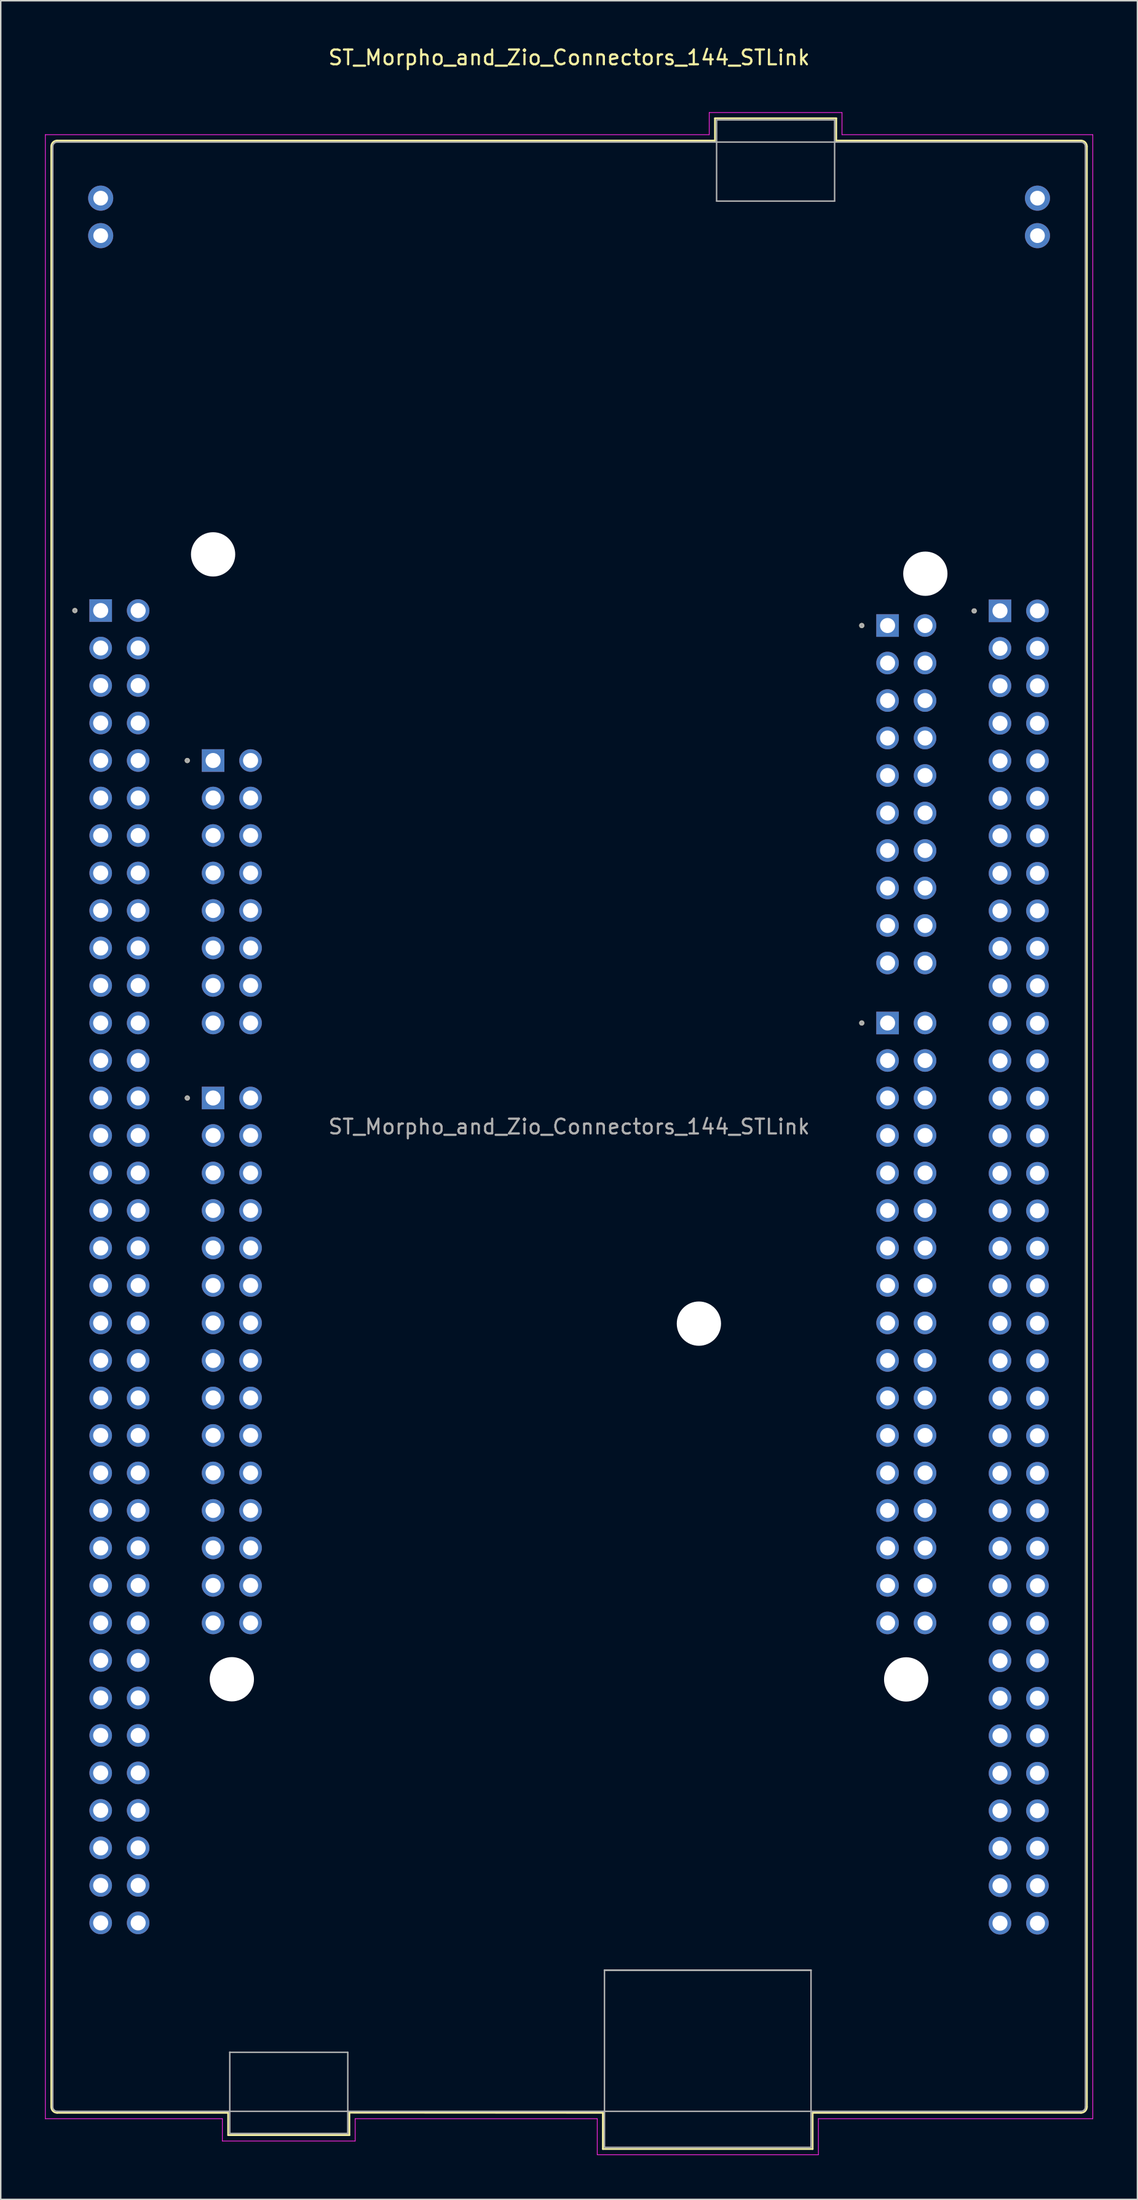
<source format=kicad_pcb>
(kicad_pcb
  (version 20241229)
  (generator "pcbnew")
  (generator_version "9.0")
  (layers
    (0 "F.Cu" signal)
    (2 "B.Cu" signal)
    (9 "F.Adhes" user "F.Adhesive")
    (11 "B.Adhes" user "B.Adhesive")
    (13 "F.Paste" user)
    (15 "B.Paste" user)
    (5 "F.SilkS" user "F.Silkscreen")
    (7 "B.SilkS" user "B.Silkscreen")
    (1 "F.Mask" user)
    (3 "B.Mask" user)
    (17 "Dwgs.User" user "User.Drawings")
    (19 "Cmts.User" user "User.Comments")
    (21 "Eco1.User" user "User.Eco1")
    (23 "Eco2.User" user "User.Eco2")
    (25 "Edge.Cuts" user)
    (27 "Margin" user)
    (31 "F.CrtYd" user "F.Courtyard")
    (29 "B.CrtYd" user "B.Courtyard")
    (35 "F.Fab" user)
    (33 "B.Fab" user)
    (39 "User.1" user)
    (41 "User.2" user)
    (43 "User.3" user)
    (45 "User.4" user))
  (footprint "ST_Morpho_and_Zio_Connectors_144_STLink"
    (layer "F.Cu")
    (at 3.775 38.313)
    (property "Reference" "ST_Morpho_and_Zio_Connectors_144_STLink" (at 31.75 -37.465 0) (layer "F.SilkS") (effects (font (size 1 1) (thickness 0.15))))
    (attr through_hole)
    (fp_line (start -3.35 -31.44) (end -3.35 101.36) (stroke (width 0.12) (type solid)) (layer "F.SilkS"))
    (fp_line (start 8.64 101.76) (end -2.95 101.76) (stroke (width 0.12) (type solid)) (layer "F.SilkS"))
    (fp_line (start 8.64 101.76) (end 8.64 103.27) (stroke (width 0.12) (type solid)) (layer "F.SilkS"))
    (fp_line (start 8.64 103.27) (end 16.86 103.27) (stroke (width 0.12) (type solid)) (layer "F.SilkS"))
    (fp_line (start 16.86 103.27) (end 16.86 101.75) (stroke (width 0.12) (type solid)) (layer "F.SilkS"))
    (fp_line (start 34.04 101.76) (end 16.86 101.75) (stroke (width 0.12) (type solid)) (layer "F.SilkS"))
    (fp_line (start 34.04 104.21) (end 34.04 101.76) (stroke (width 0.12) (type solid)) (layer "F.SilkS"))
    (fp_line (start 41.64 -33.35) (end 49.86 -33.35) (stroke (width 0.12) (type solid)) (layer "F.SilkS"))
    (fp_line (start 41.64 -31.84) (end -2.95 -31.84) (stroke (width 0.12) (type solid)) (layer "F.SilkS"))
    (fp_line (start 41.64 -31.84) (end 41.64 -33.35) (stroke (width 0.12) (type solid)) (layer "F.SilkS"))
    (fp_line (start 48.26 101.76) (end 48.26 104.21) (stroke (width 0.12) (type solid)) (layer "F.SilkS"))
    (fp_line (start 48.26 101.76) (end 66.45 101.76) (stroke (width 0.12) (type solid)) (layer "F.SilkS"))
    (fp_line (start 48.26 104.21) (end 34.04 104.21) (stroke (width 0.12) (type solid)) (layer "F.SilkS"))
    (fp_line (start 49.86 -33.35) (end 49.86 -31.84) (stroke (width 0.12) (type solid)) (layer "F.SilkS"))
    (fp_line (start 49.86 -31.84) (end 66.45 -31.84) (stroke (width 0.12) (type solid)) (layer "F.SilkS"))
    (fp_line (start 66.85 101.36) (end 66.85 -31.44) (stroke (width 0.12) (type solid)) (layer "F.SilkS"))
    (fp_arc (start -3.35 -31.44) (mid -3.232843 -31.722843) (end -2.95 -31.84) (stroke (width 0.12) (type solid)) (layer "F.SilkS"))
    (fp_arc (start -2.95 101.76) (mid -3.232843 101.642843) (end -3.35 101.36) (stroke (width 0.12) (type solid)) (layer "F.SilkS"))
    (fp_arc (start 66.45 -31.84) (mid 66.732843 -31.722843) (end 66.85 -31.44) (stroke (width 0.12) (type solid)) (layer "F.SilkS"))
    (fp_arc (start 66.85 101.36) (mid 66.732843 101.642843) (end 66.45 101.76) (stroke (width 0.12) (type solid)) (layer "F.SilkS"))
    (fp_circle (center -1.75 -0.005) (end -1.65 -0.005) (stroke (width 0.15) (type solid)) (fill no) (layer "F.SilkS"))
    (fp_circle (center 5.87 10.155) (end 5.97 10.155) (stroke (width 0.15) (type solid)) (fill no) (layer "F.SilkS"))
    (fp_circle (center 5.87 33.015) (end 5.97 33.015) (stroke (width 0.15) (type solid)) (fill no) (layer "F.SilkS"))
    (fp_circle (center 51.59 1.011) (end 51.69 1.011) (stroke (width 0.15) (type solid)) (fill no) (layer "F.SilkS"))
    (fp_circle (center 51.59 27.935) (end 51.69 27.935) (stroke (width 0.15) (type solid)) (fill no) (layer "F.SilkS"))
    (fp_circle (center 59.21 0.02) (end 59.31 0.02) (stroke (width 0.15) (type solid)) (fill no) (layer "F.SilkS"))
    (fp_line (start -3.75 -32.24) (end -3.75 102.16) (stroke (width 0.05) (type solid)) (layer "F.CrtYd"))
    (fp_line (start -3.75 102.16) (end 8.25 102.16) (stroke (width 0.05) (type solid)) (layer "F.CrtYd"))
    (fp_line (start 8.25 102.16) (end 8.25 103.67) (stroke (width 0.05) (type solid)) (layer "F.CrtYd"))
    (fp_line (start 8.25 103.67) (end 17.25 103.67) (stroke (width 0.05) (type solid)) (layer "F.CrtYd"))
    (fp_line (start 17.25 102.16) (end 17.25 103.67) (stroke (width 0.05) (type solid)) (layer "F.CrtYd"))
    (fp_line (start 17.25 102.16) (end 33.66 102.16) (stroke (width 0.05) (type solid)) (layer "F.CrtYd"))
    (fp_line (start 33.66 104.6) (end 33.66 102.16) (stroke (width 0.05) (type solid)) (layer "F.CrtYd"))
    (fp_line (start 33.66 104.6) (end 48.65 104.6) (stroke (width 0.05) (type solid)) (layer "F.CrtYd"))
    (fp_line (start 41.25 -33.74) (end 50.25 -33.74) (stroke (width 0.05) (type solid)) (layer "F.CrtYd"))
    (fp_line (start 41.25 -32.24) (end -3.75 -32.24) (stroke (width 0.05) (type solid)) (layer "F.CrtYd"))
    (fp_line (start 41.25 -32.24) (end 41.25 -33.74) (stroke (width 0.05) (type solid)) (layer "F.CrtYd"))
    (fp_line (start 48.65 102.16) (end 48.65 104.6) (stroke (width 0.05) (type solid)) (layer "F.CrtYd"))
    (fp_line (start 50.25 -32.24) (end 50.25 -33.74) (stroke (width 0.05) (type solid)) (layer "F.CrtYd"))
    (fp_line (start 50.25 -32.24) (end 67.25 -32.24) (stroke (width 0.05) (type solid)) (layer "F.CrtYd"))
    (fp_line (start 67.25 102.16) (end 48.65 102.16) (stroke (width 0.05) (type solid)) (layer "F.CrtYd"))
    (fp_line (start 67.25 102.16) (end 67.25 -32.24) (stroke (width 0.05) (type solid)) (layer "F.CrtYd"))
    (fp_line (start -3.25 101.36) (end -3.25 -31.44) (stroke (width 0.1) (type solid)) (layer "F.Fab"))
    (fp_line (start 8.75 97.66) (end 16.75 97.66) (stroke (width 0.1) (type solid)) (layer "F.Fab"))
    (fp_line (start 8.75 103.16) (end 8.75 97.65) (stroke (width 0.1) (type solid)) (layer "F.Fab"))
    (fp_line (start 8.75 103.16) (end 16.75 103.16) (stroke (width 0.1) (type solid)) (layer "F.Fab"))
    (fp_line (start 16.75 97.66) (end 16.75 103.16) (stroke (width 0.1) (type solid)) (layer "F.Fab"))
    (fp_line (start 34.15 92.1) (end 48.15 92.1) (stroke (width 0.12) (type solid)) (layer "F.Fab"))
    (fp_line (start 34.15 104.1) (end 34.15 92.1) (stroke (width 0.1) (type solid)) (layer "F.Fab"))
    (fp_line (start 34.15 104.1) (end 48.15 104.1) (stroke (width 0.1) (type solid)) (layer "F.Fab"))
    (fp_line (start 41.75 -33.24) (end 49.75 -33.24) (stroke (width 0.1) (type solid)) (layer "F.Fab"))
    (fp_line (start 41.75 -27.74) (end 41.75 -33.24) (stroke (width 0.1) (type solid)) (layer "F.Fab"))
    (fp_line (start 41.75 -27.74) (end 49.75 -27.74) (stroke (width 0.1) (type solid)) (layer "F.Fab"))
    (fp_line (start 48.15 104.1) (end 48.15 92.1) (stroke (width 0.1) (type solid)) (layer "F.Fab"))
    (fp_line (start 49.75 -33.24) (end 49.75 -27.74) (stroke (width 0.1) (type solid)) (layer "F.Fab"))
    (fp_line (start 66.45 -31.74) (end -2.95 -31.74) (stroke (width 0.1) (type solid)) (layer "F.Fab"))
    (fp_line (start 66.45 101.66) (end -2.95 101.66) (stroke (width 0.1) (type solid)) (layer "F.Fab"))
    (fp_line (start 66.75 101.36) (end 66.75 -31.44) (stroke (width 0.1) (type solid)) (layer "F.Fab"))
    (fp_arc (start -3.25 -31.44) (mid -3.162132 -31.652132) (end -2.95 -31.74) (stroke (width 0.1) (type solid)) (layer "F.Fab"))
    (fp_arc (start -2.95 101.66) (mid -3.162132 101.572132) (end -3.25 101.36) (stroke (width 0.1) (type solid)) (layer "F.Fab"))
    (fp_arc (start 66.45 -31.74) (mid 66.662132 -31.652132) (end 66.75 -31.44) (stroke (width 0.1) (type solid)) (layer "F.Fab"))
    (fp_arc (start 66.75 101.36) (mid 66.662132 101.572132) (end 66.45 101.66) (stroke (width 0.1) (type solid)) (layer "F.Fab"))
    (fp_circle (center -1.75 -0.005) (end -1.65 -0.005) (stroke (width 0.15) (type solid)) (fill no) (layer "F.Fab"))
    (fp_circle (center 5.87 10.155) (end 5.97 10.155) (stroke (width 0.15) (type solid)) (fill no) (layer "F.Fab"))
    (fp_circle (center 5.87 33.015) (end 5.97 33.015) (stroke (width 0.15) (type solid)) (fill no) (layer "F.Fab"))
    (fp_circle (center 51.59 1.011) (end 51.69 1.011) (stroke (width 0.15) (type solid)) (fill no) (layer "F.Fab"))
    (fp_circle (center 51.59 27.935) (end 51.69 27.935) (stroke (width 0.15) (type solid)) (fill no) (layer "F.Fab"))
    (fp_circle (center 59.21 0.02) (end 59.31 0.02) (stroke (width 0.15) (type solid)) (fill no) (layer "F.Fab"))
    (fp_text user "${REFERENCE}" (at 31.75 34.96 0) (layer "F.Fab") (effects (font (size 1 1) (thickness 0.15))))
    (pad "" np_thru_hole circle (at 7.62 -3.81) (size 3 3) (drill 3) (layers "*.Cu" "*.Mask"))
    (pad "" np_thru_hole circle (at 8.89 72.39) (size 3 3) (drill 3) (layers "*.Cu" "*.Mask"))
    (pad "" np_thru_hole circle (at 40.55 48.3) (size 3 3) (drill 3) (layers "*.Cu" "*.Mask"))
    (pad "" np_thru_hole circle (at 54.6 72.4) (size 3 3) (drill 3) (layers "*.Cu" "*.Mask"))
    (pad "" np_thru_hole circle (at 55.9 -2.5) (size 3 3) (drill 3) (layers "*.Cu" "*.Mask"))
    (pad "CN2_1" thru_hole circle (at 0 -27.94) (size 1.7 1.7) (drill 1) (layers "*.Cu" "*.Mask"))
    (pad "CN2_2" thru_hole circle (at 0 -25.4) (size 1.7 1.7) (drill 1) (layers "*.Cu" "*.Mask"))
    (pad "CN3_1" thru_hole circle (at 63.5 -27.94) (size 1.7 1.7) (drill 1) (layers "*.Cu" "*.Mask"))
    (pad "CN3_2" thru_hole circle (at 63.5 -25.4) (size 1.7 1.7) (drill 1) (layers "*.Cu" "*.Mask"))
    (pad "CN7_1" thru_hole rect (at 53.34 1.011) (size 1.53 1.53) (drill 1.02) (layers "*.Cu" "*.Mask"))
    (pad "CN7_2" thru_hole circle (at 55.88 1.011) (size 1.53 1.53) (drill 1.02) (layers "*.Cu" "*.Mask"))
    (pad "CN7_3" thru_hole circle (at 53.34 3.551) (size 1.53 1.53) (drill 1.02) (layers "*.Cu" "*.Mask"))
    (pad "CN7_4" thru_hole circle (at 55.88 3.551) (size 1.53 1.53) (drill 1.02) (layers "*.Cu" "*.Mask"))
    (pad "CN7_5" thru_hole circle (at 53.34 6.091) (size 1.53 1.53) (drill 1.02) (layers "*.Cu" "*.Mask"))
    (pad "CN7_6" thru_hole circle (at 55.88 6.091) (size 1.53 1.53) (drill 1.02) (layers "*.Cu" "*.Mask"))
    (pad "CN7_7" thru_hole circle (at 53.34 8.631) (size 1.53 1.53) (drill 1.02) (layers "*.Cu" "*.Mask"))
    (pad "CN7_8" thru_hole circle (at 55.88 8.631) (size 1.53 1.53) (drill 1.02) (layers "*.Cu" "*.Mask"))
    (pad "CN7_9" thru_hole circle (at 53.34 11.171) (size 1.53 1.53) (drill 1.02) (layers "*.Cu" "*.Mask"))
    (pad "CN7_10" thru_hole circle (at 55.88 11.171) (size 1.53 1.53) (drill 1.02) (layers "*.Cu" "*.Mask"))
    (pad "CN7_11" thru_hole circle (at 53.34 13.711) (size 1.53 1.53) (drill 1.02) (layers "*.Cu" "*.Mask"))
    (pad "CN7_12" thru_hole circle (at 55.88 13.711) (size 1.53 1.53) (drill 1.02) (layers "*.Cu" "*.Mask"))
    (pad "CN7_13" thru_hole circle (at 53.34 16.251) (size 1.53 1.53) (drill 1.02) (layers "*.Cu" "*.Mask"))
    (pad "CN7_14" thru_hole circle (at 55.88 16.251) (size 1.53 1.53) (drill 1.02) (layers "*.Cu" "*.Mask"))
    (pad "CN7_15" thru_hole circle (at 53.34 18.791) (size 1.53 1.53) (drill 1.02) (layers "*.Cu" "*.Mask"))
    (pad "CN7_16" thru_hole circle (at 55.88 18.791) (size 1.53 1.53) (drill 1.02) (layers "*.Cu" "*.Mask"))
    (pad "CN7_17" thru_hole circle (at 53.34 21.331) (size 1.53 1.53) (drill 1.02) (layers "*.Cu" "*.Mask"))
    (pad "CN7_18" thru_hole circle (at 55.88 21.331) (size 1.53 1.53) (drill 1.02) (layers "*.Cu" "*.Mask"))
    (pad "CN7_19" thru_hole circle (at 53.34 23.871) (size 1.53 1.53) (drill 1.02) (layers "*.Cu" "*.Mask"))
    (pad "CN7_20" thru_hole circle (at 55.88 23.871) (size 1.53 1.53) (drill 1.02) (layers "*.Cu" "*.Mask"))
    (pad "CN8_1" thru_hole rect (at 7.62 10.155) (size 1.53 1.53) (drill 1.02) (layers "*.Cu" "*.Mask"))
    (pad "CN8_2" thru_hole circle (at 10.16 10.155) (size 1.53 1.53) (drill 1.02) (layers "*.Cu" "*.Mask"))
    (pad "CN8_3" thru_hole circle (at 7.62 12.695) (size 1.53 1.53) (drill 1.02) (layers "*.Cu" "*.Mask"))
    (pad "CN8_4" thru_hole circle (at 10.16 12.695) (size 1.53 1.53) (drill 1.02) (layers "*.Cu" "*.Mask"))
    (pad "CN8_5" thru_hole circle (at 7.62 15.235) (size 1.53 1.53) (drill 1.02) (layers "*.Cu" "*.Mask"))
    (pad "CN8_6" thru_hole circle (at 10.16 15.235) (size 1.53 1.53) (drill 1.02) (layers "*.Cu" "*.Mask"))
    (pad "CN8_7" thru_hole circle (at 7.62 17.775) (size 1.53 1.53) (drill 1.02) (layers "*.Cu" "*.Mask"))
    (pad "CN8_8" thru_hole circle (at 10.16 17.775) (size 1.53 1.53) (drill 1.02) (layers "*.Cu" "*.Mask"))
    (pad "CN8_9" thru_hole circle (at 7.62 20.315) (size 1.53 1.53) (drill 1.02) (layers "*.Cu" "*.Mask"))
    (pad "CN8_10" thru_hole circle (at 10.16 20.315) (size 1.53 1.53) (drill 1.02) (layers "*.Cu" "*.Mask"))
    (pad "CN8_11" thru_hole circle (at 7.62 22.855) (size 1.53 1.53) (drill 1.02) (layers "*.Cu" "*.Mask"))
    (pad "CN8_12" thru_hole circle (at 10.16 22.855) (size 1.53 1.53) (drill 1.02) (layers "*.Cu" "*.Mask"))
    (pad "CN8_13" thru_hole circle (at 7.62 25.395) (size 1.53 1.53) (drill 1.02) (layers "*.Cu" "*.Mask"))
    (pad "CN8_14" thru_hole circle (at 10.16 25.395) (size 1.53 1.53) (drill 1.02) (layers "*.Cu" "*.Mask"))
    (pad "CN8_15" thru_hole circle (at 7.62 27.935) (size 1.53 1.53) (drill 1.02) (layers "*.Cu" "*.Mask"))
    (pad "CN8_16" thru_hole circle (at 10.16 27.935) (size 1.53 1.53) (drill 1.02) (layers "*.Cu" "*.Mask"))
    (pad "CN9_1" thru_hole rect (at 7.62 33.015) (size 1.53 1.53) (drill 1.02) (layers "*.Cu" "*.Mask"))
    (pad "CN9_2" thru_hole circle (at 10.16 33.015) (size 1.53 1.53) (drill 1.02) (layers "*.Cu" "*.Mask"))
    (pad "CN9_3" thru_hole circle (at 7.62 35.555) (size 1.53 1.53) (drill 1.02) (layers "*.Cu" "*.Mask"))
    (pad "CN9_4" thru_hole circle (at 10.16 35.555) (size 1.53 1.53) (drill 1.02) (layers "*.Cu" "*.Mask"))
    (pad "CN9_5" thru_hole circle (at 7.62 38.095) (size 1.53 1.53) (drill 1.02) (layers "*.Cu" "*.Mask"))
    (pad "CN9_6" thru_hole circle (at 10.16 38.095) (size 1.53 1.53) (drill 1.02) (layers "*.Cu" "*.Mask"))
    (pad "CN9_7" thru_hole circle (at 7.62 40.635) (size 1.53 1.53) (drill 1.02) (layers "*.Cu" "*.Mask"))
    (pad "CN9_8" thru_hole circle (at 10.16 40.635) (size 1.53 1.53) (drill 1.02) (layers "*.Cu" "*.Mask"))
    (pad "CN9_9" thru_hole circle (at 7.62 43.175) (size 1.53 1.53) (drill 1.02) (layers "*.Cu" "*.Mask"))
    (pad "CN9_10" thru_hole circle (at 10.16 43.175) (size 1.53 1.53) (drill 1.02) (layers "*.Cu" "*.Mask"))
    (pad "CN9_11" thru_hole circle (at 7.62 45.715) (size 1.53 1.53) (drill 1.02) (layers "*.Cu" "*.Mask"))
    (pad "CN9_12" thru_hole circle (at 10.16 45.715) (size 1.53 1.53) (drill 1.02) (layers "*.Cu" "*.Mask"))
    (pad "CN9_13" thru_hole circle (at 7.62 48.255) (size 1.53 1.53) (drill 1.02) (layers "*.Cu" "*.Mask"))
    (pad "CN9_14" thru_hole circle (at 10.16 48.255) (size 1.53 1.53) (drill 1.02) (layers "*.Cu" "*.Mask"))
    (pad "CN9_15" thru_hole circle (at 7.62 50.795) (size 1.53 1.53) (drill 1.02) (layers "*.Cu" "*.Mask"))
    (pad "CN9_16" thru_hole circle (at 10.16 50.795) (size 1.53 1.53) (drill 1.02) (layers "*.Cu" "*.Mask"))
    (pad "CN9_17" thru_hole circle (at 7.62 53.335) (size 1.53 1.53) (drill 1.02) (layers "*.Cu" "*.Mask"))
    (pad "CN9_18" thru_hole circle (at 10.16 53.335) (size 1.53 1.53) (drill 1.02) (layers "*.Cu" "*.Mask"))
    (pad "CN9_19" thru_hole circle (at 7.62 55.875) (size 1.53 1.53) (drill 1.02) (layers "*.Cu" "*.Mask"))
    (pad "CN9_20" thru_hole circle (at 10.16 55.875) (size 1.53 1.53) (drill 1.02) (layers "*.Cu" "*.Mask"))
    (pad "CN9_21" thru_hole circle (at 7.62 58.415) (size 1.53 1.53) (drill 1.02) (layers "*.Cu" "*.Mask"))
    (pad "CN9_22" thru_hole circle (at 10.16 58.415) (size 1.53 1.53) (drill 1.02) (layers "*.Cu" "*.Mask"))
    (pad "CN9_23" thru_hole circle (at 7.62 60.955) (size 1.53 1.53) (drill 1.02) (layers "*.Cu" "*.Mask"))
    (pad "CN9_24" thru_hole circle (at 10.16 60.955) (size 1.53 1.53) (drill 1.02) (layers "*.Cu" "*.Mask"))
    (pad "CN9_25" thru_hole circle (at 7.62 63.495) (size 1.53 1.53) (drill 1.02) (layers "*.Cu" "*.Mask"))
    (pad "CN9_26" thru_hole circle (at 10.16 63.495) (size 1.53 1.53) (drill 1.02) (layers "*.Cu" "*.Mask"))
    (pad "CN9_27" thru_hole circle (at 7.62 66.035) (size 1.53 1.53) (drill 1.02) (layers "*.Cu" "*.Mask"))
    (pad "CN9_28" thru_hole circle (at 10.16 66.035) (size 1.53 1.53) (drill 1.02) (layers "*.Cu" "*.Mask"))
    (pad "CN9_29" thru_hole circle (at 7.62 68.575) (size 1.53 1.53) (drill 1.02) (layers "*.Cu" "*.Mask"))
    (pad "CN9_30" thru_hole circle (at 10.16 68.575) (size 1.53 1.53) (drill 1.02) (layers "*.Cu" "*.Mask"))
    (pad "CN10_1" thru_hole rect (at 53.34 27.935) (size 1.53 1.53) (drill 1.02) (layers "*.Cu" "*.Mask"))
    (pad "CN10_2" thru_hole circle (at 55.88 27.935) (size 1.53 1.53) (drill 1.02) (layers "*.Cu" "*.Mask"))
    (pad "CN10_3" thru_hole circle (at 53.34 30.475) (size 1.53 1.53) (drill 1.02) (layers "*.Cu" "*.Mask"))
    (pad "CN10_4" thru_hole circle (at 55.88 30.475) (size 1.53 1.53) (drill 1.02) (layers "*.Cu" "*.Mask"))
    (pad "CN10_5" thru_hole circle (at 53.34 33.015) (size 1.53 1.53) (drill 1.02) (layers "*.Cu" "*.Mask"))
    (pad "CN10_6" thru_hole circle (at 55.88 33.015) (size 1.53 1.53) (drill 1.02) (layers "*.Cu" "*.Mask"))
    (pad "CN10_7" thru_hole circle (at 53.34 35.555) (size 1.53 1.53) (drill 1.02) (layers "*.Cu" "*.Mask"))
    (pad "CN10_8" thru_hole circle (at 55.88 35.555) (size 1.53 1.53) (drill 1.02) (layers "*.Cu" "*.Mask"))
    (pad "CN10_9" thru_hole circle (at 53.34 38.095) (size 1.53 1.53) (drill 1.02) (layers "*.Cu" "*.Mask"))
    (pad "CN10_10" thru_hole circle (at 55.88 38.095) (size 1.53 1.53) (drill 1.02) (layers "*.Cu" "*.Mask"))
    (pad "CN10_11" thru_hole circle (at 53.34 40.635) (size 1.53 1.53) (drill 1.02) (layers "*.Cu" "*.Mask"))
    (pad "CN10_12" thru_hole circle (at 55.88 40.635) (size 1.53 1.53) (drill 1.02) (layers "*.Cu" "*.Mask"))
    (pad "CN10_13" thru_hole circle (at 53.34 43.175) (size 1.53 1.53) (drill 1.02) (layers "*.Cu" "*.Mask"))
    (pad "CN10_14" thru_hole circle (at 55.88 43.175) (size 1.53 1.53) (drill 1.02) (layers "*.Cu" "*.Mask"))
    (pad "CN10_15" thru_hole circle (at 53.34 45.715) (size 1.53 1.53) (drill 1.02) (layers "*.Cu" "*.Mask"))
    (pad "CN10_16" thru_hole circle (at 55.88 45.715) (size 1.53 1.53) (drill 1.02) (layers "*.Cu" "*.Mask"))
    (pad "CN10_17" thru_hole circle (at 53.34 48.255) (size 1.53 1.53) (drill 1.02) (layers "*.Cu" "*.Mask"))
    (pad "CN10_18" thru_hole circle (at 55.88 48.255) (size 1.53 1.53) (drill 1.02) (layers "*.Cu" "*.Mask"))
    (pad "CN10_19" thru_hole circle (at 53.34 50.795) (size 1.53 1.53) (drill 1.02) (layers "*.Cu" "*.Mask"))
    (pad "CN10_20" thru_hole circle (at 55.88 50.795) (size 1.53 1.53) (drill 1.02) (layers "*.Cu" "*.Mask"))
    (pad "CN10_21" thru_hole circle (at 53.34 53.335) (size 1.53 1.53) (drill 1.02) (layers "*.Cu" "*.Mask"))
    (pad "CN10_22" thru_hole circle (at 55.88 53.335) (size 1.53 1.53) (drill 1.02) (layers "*.Cu" "*.Mask"))
    (pad "CN10_23" thru_hole circle (at 53.34 55.875) (size 1.53 1.53) (drill 1.02) (layers "*.Cu" "*.Mask"))
    (pad "CN10_24" thru_hole circle (at 55.88 55.875) (size 1.53 1.53) (drill 1.02) (layers "*.Cu" "*.Mask"))
    (pad "CN10_25" thru_hole circle (at 53.34 58.415) (size 1.53 1.53) (drill 1.02) (layers "*.Cu" "*.Mask"))
    (pad "CN10_26" thru_hole circle (at 55.88 58.415) (size 1.53 1.53) (drill 1.02) (layers "*.Cu" "*.Mask"))
    (pad "CN10_27" thru_hole circle (at 53.34 60.955) (size 1.53 1.53) (drill 1.02) (layers "*.Cu" "*.Mask"))
    (pad "CN10_28" thru_hole circle (at 55.88 60.955) (size 1.53 1.53) (drill 1.02) (layers "*.Cu" "*.Mask"))
    (pad "CN10_29" thru_hole circle (at 53.34 63.495) (size 1.53 1.53) (drill 1.02) (layers "*.Cu" "*.Mask"))
    (pad "CN10_30" thru_hole circle (at 55.88 63.495) (size 1.53 1.53) (drill 1.02) (layers "*.Cu" "*.Mask"))
    (pad "CN10_31" thru_hole circle (at 53.34 66.035) (size 1.53 1.53) (drill 1.02) (layers "*.Cu" "*.Mask"))
    (pad "CN10_32" thru_hole circle (at 55.88 66.035) (size 1.53 1.53) (drill 1.02) (layers "*.Cu" "*.Mask"))
    (pad "CN10_33" thru_hole circle (at 53.34 68.575) (size 1.53 1.53) (drill 1.02) (layers "*.Cu" "*.Mask"))
    (pad "CN10_34" thru_hole circle (at 55.88 68.575) (size 1.53 1.53) (drill 1.02) (layers "*.Cu" "*.Mask"))
    (pad "CN11_1" thru_hole rect (at 0 -0.005) (size 1.53 1.53) (drill 1.02) (layers "*.Cu" "*.Mask"))
    (pad "CN11_2" thru_hole circle (at 2.54 -0.005) (size 1.53 1.53) (drill 1.02) (layers "*.Cu" "*.Mask"))
    (pad "CN11_3" thru_hole circle (at 0 2.535) (size 1.53 1.53) (drill 1.02) (layers "*.Cu" "*.Mask"))
    (pad "CN11_4" thru_hole circle (at 2.54 2.535) (size 1.53 1.53) (drill 1.02) (layers "*.Cu" "*.Mask"))
    (pad "CN11_5" thru_hole circle (at 0 5.075) (size 1.53 1.53) (drill 1.02) (layers "*.Cu" "*.Mask"))
    (pad "CN11_6" thru_hole circle (at 2.54 5.075) (size 1.53 1.53) (drill 1.02) (layers "*.Cu" "*.Mask"))
    (pad "CN11_7" thru_hole circle (at 0 7.615) (size 1.53 1.53) (drill 1.02) (layers "*.Cu" "*.Mask"))
    (pad "CN11_8" thru_hole circle (at 2.54 7.615) (size 1.53 1.53) (drill 1.02) (layers "*.Cu" "*.Mask"))
    (pad "CN11_9" thru_hole circle (at 0 10.155) (size 1.53 1.53) (drill 1.02) (layers "*.Cu" "*.Mask"))
    (pad "CN11_10" thru_hole circle (at 2.54 10.155) (size 1.53 1.53) (drill 1.02) (layers "*.Cu" "*.Mask"))
    (pad "CN11_11" thru_hole circle (at 0 12.695) (size 1.53 1.53) (drill 1.02) (layers "*.Cu" "*.Mask"))
    (pad "CN11_12" thru_hole circle (at 2.54 12.695) (size 1.53 1.53) (drill 1.02) (layers "*.Cu" "*.Mask"))
    (pad "CN11_13" thru_hole circle (at 0 15.235) (size 1.53 1.53) (drill 1.02) (layers "*.Cu" "*.Mask"))
    (pad "CN11_14" thru_hole circle (at 2.54 15.235) (size 1.53 1.53) (drill 1.02) (layers "*.Cu" "*.Mask"))
    (pad "CN11_15" thru_hole circle (at 0 17.775) (size 1.53 1.53) (drill 1.02) (layers "*.Cu" "*.Mask"))
    (pad "CN11_16" thru_hole circle (at 2.54 17.775) (size 1.53 1.53) (drill 1.02) (layers "*.Cu" "*.Mask"))
    (pad "CN11_17" thru_hole circle (at 0 20.315) (size 1.53 1.53) (drill 1.02) (layers "*.Cu" "*.Mask"))
    (pad "CN11_18" thru_hole circle (at 2.54 20.315) (size 1.53 1.53) (drill 1.02) (layers "*.Cu" "*.Mask"))
    (pad "CN11_19" thru_hole circle (at 0 22.855) (size 1.53 1.53) (drill 1.02) (layers "*.Cu" "*.Mask"))
    (pad "CN11_20" thru_hole circle (at 2.54 22.855) (size 1.53 1.53) (drill 1.02) (layers "*.Cu" "*.Mask"))
    (pad "CN11_21" thru_hole circle (at 0 25.395) (size 1.53 1.53) (drill 1.02) (layers "*.Cu" "*.Mask"))
    (pad "CN11_22" thru_hole circle (at 2.54 25.395) (size 1.53 1.53) (drill 1.02) (layers "*.Cu" "*.Mask"))
    (pad "CN11_23" thru_hole circle (at 0 27.935) (size 1.53 1.53) (drill 1.02) (layers "*.Cu" "*.Mask"))
    (pad "CN11_24" thru_hole circle (at 2.54 27.935) (size 1.53 1.53) (drill 1.02) (layers "*.Cu" "*.Mask"))
    (pad "CN11_25" thru_hole circle (at 0 30.475) (size 1.53 1.53) (drill 1.02) (layers "*.Cu" "*.Mask"))
    (pad "CN11_26" thru_hole circle (at 2.54 30.475) (size 1.53 1.53) (drill 1.02) (layers "*.Cu" "*.Mask"))
    (pad "CN11_27" thru_hole circle (at 0 33.015) (size 1.53 1.53) (drill 1.02) (layers "*.Cu" "*.Mask"))
    (pad "CN11_28" thru_hole circle (at 2.54 33.015) (size 1.53 1.53) (drill 1.02) (layers "*.Cu" "*.Mask"))
    (pad "CN11_29" thru_hole circle (at 0 35.555) (size 1.53 1.53) (drill 1.02) (layers "*.Cu" "*.Mask"))
    (pad "CN11_30" thru_hole circle (at 2.54 35.555) (size 1.53 1.53) (drill 1.02) (layers "*.Cu" "*.Mask"))
    (pad "CN11_31" thru_hole circle (at 0 38.095) (size 1.53 1.53) (drill 1.02) (layers "*.Cu" "*.Mask"))
    (pad "CN11_32" thru_hole circle (at 2.54 38.095) (size 1.53 1.53) (drill 1.02) (layers "*.Cu" "*.Mask"))
    (pad "CN11_33" thru_hole circle (at 0 40.635) (size 1.53 1.53) (drill 1.02) (layers "*.Cu" "*.Mask"))
    (pad "CN11_34" thru_hole circle (at 2.54 40.635) (size 1.53 1.53) (drill 1.02) (layers "*.Cu" "*.Mask"))
    (pad "CN11_35" thru_hole circle (at 0 43.175) (size 1.53 1.53) (drill 1.02) (layers "*.Cu" "*.Mask"))
    (pad "CN11_36" thru_hole circle (at 2.54 43.175) (size 1.53 1.53) (drill 1.02) (layers "*.Cu" "*.Mask"))
    (pad "CN11_37" thru_hole circle (at 0 45.715) (size 1.53 1.53) (drill 1.02) (layers "*.Cu" "*.Mask"))
    (pad "CN11_38" thru_hole circle (at 2.54 45.715) (size 1.53 1.53) (drill 1.02) (layers "*.Cu" "*.Mask"))
    (pad "CN11_39" thru_hole circle (at 0 48.255) (size 1.53 1.53) (drill 1.02) (layers "*.Cu" "*.Mask"))
    (pad "CN11_40" thru_hole circle (at 2.54 48.255) (size 1.53 1.53) (drill 1.02) (layers "*.Cu" "*.Mask"))
    (pad "CN11_41" thru_hole circle (at 0 50.795) (size 1.53 1.53) (drill 1.02) (layers "*.Cu" "*.Mask"))
    (pad "CN11_42" thru_hole circle (at 2.54 50.795) (size 1.53 1.53) (drill 1.02) (layers "*.Cu" "*.Mask"))
    (pad "CN11_43" thru_hole circle (at 0 53.335) (size 1.53 1.53) (drill 1.02) (layers "*.Cu" "*.Mask"))
    (pad "CN11_44" thru_hole circle (at 2.54 53.335) (size 1.53 1.53) (drill 1.02) (layers "*.Cu" "*.Mask"))
    (pad "CN11_45" thru_hole circle (at 0 55.875) (size 1.53 1.53) (drill 1.02) (layers "*.Cu" "*.Mask"))
    (pad "CN11_46" thru_hole circle (at 2.54 55.875) (size 1.53 1.53) (drill 1.02) (layers "*.Cu" "*.Mask"))
    (pad "CN11_47" thru_hole circle (at 0 58.415) (size 1.53 1.53) (drill 1.02) (layers "*.Cu" "*.Mask"))
    (pad "CN11_48" thru_hole circle (at 2.54 58.415) (size 1.53 1.53) (drill 1.02) (layers "*.Cu" "*.Mask"))
    (pad "CN11_49" thru_hole circle (at 0 60.955) (size 1.53 1.53) (drill 1.02) (layers "*.Cu" "*.Mask"))
    (pad "CN11_50" thru_hole circle (at 2.54 60.955) (size 1.53 1.53) (drill 1.02) (layers "*.Cu" "*.Mask"))
    (pad "CN11_51" thru_hole circle (at 0 63.495) (size 1.53 1.53) (drill 1.02) (layers "*.Cu" "*.Mask"))
    (pad "CN11_52" thru_hole circle (at 2.54 63.495) (size 1.53 1.53) (drill 1.02) (layers "*.Cu" "*.Mask"))
    (pad "CN11_53" thru_hole circle (at 0 66.035) (size 1.53 1.53) (drill 1.02) (layers "*.Cu" "*.Mask"))
    (pad "CN11_54" thru_hole circle (at 2.54 66.035) (size 1.53 1.53) (drill 1.02) (layers "*.Cu" "*.Mask"))
    (pad "CN11_55" thru_hole circle (at 0 68.575) (size 1.53 1.53) (drill 1.02) (layers "*.Cu" "*.Mask"))
    (pad "CN11_56" thru_hole circle (at 2.54 68.575) (size 1.53 1.53) (drill 1.02) (layers "*.Cu" "*.Mask"))
    (pad "CN11_57" thru_hole circle (at 0 71.115) (size 1.53 1.53) (drill 1.02) (layers "*.Cu" "*.Mask"))
    (pad "CN11_58" thru_hole circle (at 2.54 71.115) (size 1.53 1.53) (drill 1.02) (layers "*.Cu" "*.Mask"))
    (pad "CN11_59" thru_hole circle (at 0 73.655) (size 1.53 1.53) (drill 1.02) (layers "*.Cu" "*.Mask"))
    (pad "CN11_60" thru_hole circle (at 2.54 73.655) (size 1.53 1.53) (drill 1.02) (layers "*.Cu" "*.Mask"))
    (pad "CN11_61" thru_hole circle (at 0 76.195) (size 1.53 1.53) (drill 1.02) (layers "*.Cu" "*.Mask"))
    (pad "CN11_62" thru_hole circle (at 2.54 76.195) (size 1.53 1.53) (drill 1.02) (layers "*.Cu" "*.Mask"))
    (pad "CN11_63" thru_hole circle (at 0 78.735) (size 1.53 1.53) (drill 1.02) (layers "*.Cu" "*.Mask"))
    (pad "CN11_64" thru_hole circle (at 2.54 78.735) (size 1.53 1.53) (drill 1.02) (layers "*.Cu" "*.Mask"))
    (pad "CN11_65" thru_hole circle (at 0 81.275) (size 1.53 1.53) (drill 1.02) (layers "*.Cu" "*.Mask"))
    (pad "CN11_66" thru_hole circle (at 2.54 81.275) (size 1.53 1.53) (drill 1.02) (layers "*.Cu" "*.Mask"))
    (pad "CN11_67" thru_hole circle (at 0 83.815) (size 1.53 1.53) (drill 1.02) (layers "*.Cu" "*.Mask"))
    (pad "CN11_68" thru_hole circle (at 2.54 83.815) (size 1.53 1.53) (drill 1.02) (layers "*.Cu" "*.Mask"))
    (pad "CN11_69" thru_hole circle (at 0 86.355) (size 1.53 1.53) (drill 1.02) (layers "*.Cu" "*.Mask"))
    (pad "CN11_70" thru_hole circle (at 2.54 86.355) (size 1.53 1.53) (drill 1.02) (layers "*.Cu" "*.Mask"))
    (pad "CN11_71" thru_hole circle (at 0 88.895) (size 1.53 1.53) (drill 1.02) (layers "*.Cu" "*.Mask"))
    (pad "CN11_72" thru_hole circle (at 2.54 88.895) (size 1.53 1.53) (drill 1.02) (layers "*.Cu" "*.Mask"))
    (pad "CN12_1" thru_hole rect (at 60.96 0.015) (size 1.53 1.53) (drill 1.02) (layers "*.Cu" "*.Mask"))
    (pad "CN12_2" thru_hole circle (at 63.5 0.015) (size 1.53 1.53) (drill 1.02) (layers "*.Cu" "*.Mask"))
    (pad "CN12_3" thru_hole circle (at 60.96 2.555) (size 1.53 1.53) (drill 1.02) (layers "*.Cu" "*.Mask"))
    (pad "CN12_4" thru_hole circle (at 63.5 2.555) (size 1.53 1.53) (drill 1.02) (layers "*.Cu" "*.Mask"))
    (pad "CN12_5" thru_hole circle (at 60.96 5.095) (size 1.53 1.53) (drill 1.02) (layers "*.Cu" "*.Mask"))
    (pad "CN12_6" thru_hole circle (at 63.5 5.095) (size 1.53 1.53) (drill 1.02) (layers "*.Cu" "*.Mask"))
    (pad "CN12_7" thru_hole circle (at 60.96 7.635) (size 1.53 1.53) (drill 1.02) (layers "*.Cu" "*.Mask"))
    (pad "CN12_8" thru_hole circle (at 63.5 7.635) (size 1.53 1.53) (drill 1.02) (layers "*.Cu" "*.Mask"))
    (pad "CN12_9" thru_hole circle (at 60.96 10.175) (size 1.53 1.53) (drill 1.02) (layers "*.Cu" "*.Mask"))
    (pad "CN12_10" thru_hole circle (at 63.5 10.175) (size 1.53 1.53) (drill 1.02) (layers "*.Cu" "*.Mask"))
    (pad "CN12_11" thru_hole circle (at 60.96 12.715) (size 1.53 1.53) (drill 1.02) (layers "*.Cu" "*.Mask"))
    (pad "CN12_12" thru_hole circle (at 63.5 12.715) (size 1.53 1.53) (drill 1.02) (layers "*.Cu" "*.Mask"))
    (pad "CN12_13" thru_hole circle (at 60.96 15.255) (size 1.53 1.53) (drill 1.02) (layers "*.Cu" "*.Mask"))
    (pad "CN12_14" thru_hole circle (at 63.5 15.255) (size 1.53 1.53) (drill 1.02) (layers "*.Cu" "*.Mask"))
    (pad "CN12_15" thru_hole circle (at 60.96 17.795) (size 1.53 1.53) (drill 1.02) (layers "*.Cu" "*.Mask"))
    (pad "CN12_16" thru_hole circle (at 63.5 17.795) (size 1.53 1.53) (drill 1.02) (layers "*.Cu" "*.Mask"))
    (pad "CN12_17" thru_hole circle (at 60.96 20.335) (size 1.53 1.53) (drill 1.02) (layers "*.Cu" "*.Mask"))
    (pad "CN12_18" thru_hole circle (at 63.5 20.335) (size 1.53 1.53) (drill 1.02) (layers "*.Cu" "*.Mask"))
    (pad "CN12_19" thru_hole circle (at 60.96 22.875) (size 1.53 1.53) (drill 1.02) (layers "*.Cu" "*.Mask"))
    (pad "CN12_20" thru_hole circle (at 63.5 22.875) (size 1.53 1.53) (drill 1.02) (layers "*.Cu" "*.Mask"))
    (pad "CN12_21" thru_hole circle (at 60.96 25.415) (size 1.53 1.53) (drill 1.02) (layers "*.Cu" "*.Mask"))
    (pad "CN12_22" thru_hole circle (at 63.5 25.415) (size 1.53 1.53) (drill 1.02) (layers "*.Cu" "*.Mask"))
    (pad "CN12_23" thru_hole circle (at 60.96 27.955) (size 1.53 1.53) (drill 1.02) (layers "*.Cu" "*.Mask"))
    (pad "CN12_24" thru_hole circle (at 63.5 27.955) (size 1.53 1.53) (drill 1.02) (layers "*.Cu" "*.Mask"))
    (pad "CN12_25" thru_hole circle (at 60.96 30.495) (size 1.53 1.53) (drill 1.02) (layers "*.Cu" "*.Mask"))
    (pad "CN12_26" thru_hole circle (at 63.5 30.495) (size 1.53 1.53) (drill 1.02) (layers "*.Cu" "*.Mask"))
    (pad "CN12_27" thru_hole circle (at 60.96 33.035) (size 1.53 1.53) (drill 1.02) (layers "*.Cu" "*.Mask"))
    (pad "CN12_28" thru_hole circle (at 63.5 33.035) (size 1.53 1.53) (drill 1.02) (layers "*.Cu" "*.Mask"))
    (pad "CN12_29" thru_hole circle (at 60.96 35.575) (size 1.53 1.53) (drill 1.02) (layers "*.Cu" "*.Mask"))
    (pad "CN12_30" thru_hole circle (at 63.5 35.575) (size 1.53 1.53) (drill 1.02) (layers "*.Cu" "*.Mask"))
    (pad "CN12_31" thru_hole circle (at 60.96 38.115) (size 1.53 1.53) (drill 1.02) (layers "*.Cu" "*.Mask"))
    (pad "CN12_32" thru_hole circle (at 63.5 38.115) (size 1.53 1.53) (drill 1.02) (layers "*.Cu" "*.Mask"))
    (pad "CN12_33" thru_hole circle (at 60.96 40.655) (size 1.53 1.53) (drill 1.02) (layers "*.Cu" "*.Mask"))
    (pad "CN12_34" thru_hole circle (at 63.5 40.655) (size 1.53 1.53) (drill 1.02) (layers "*.Cu" "*.Mask"))
    (pad "CN12_35" thru_hole circle (at 60.96 43.195) (size 1.53 1.53) (drill 1.02) (layers "*.Cu" "*.Mask"))
    (pad "CN12_36" thru_hole circle (at 63.5 43.195) (size 1.53 1.53) (drill 1.02) (layers "*.Cu" "*.Mask"))
    (pad "CN12_37" thru_hole circle (at 60.96 45.735) (size 1.53 1.53) (drill 1.02) (layers "*.Cu" "*.Mask"))
    (pad "CN12_38" thru_hole circle (at 63.5 45.735) (size 1.53 1.53) (drill 1.02) (layers "*.Cu" "*.Mask"))
    (pad "CN12_39" thru_hole circle (at 60.96 48.275) (size 1.53 1.53) (drill 1.02) (layers "*.Cu" "*.Mask"))
    (pad "CN12_40" thru_hole circle (at 63.5 48.275) (size 1.53 1.53) (drill 1.02) (layers "*.Cu" "*.Mask"))
    (pad "CN12_41" thru_hole circle (at 60.96 50.815) (size 1.53 1.53) (drill 1.02) (layers "*.Cu" "*.Mask"))
    (pad "CN12_42" thru_hole circle (at 63.5 50.815) (size 1.53 1.53) (drill 1.02) (layers "*.Cu" "*.Mask"))
    (pad "CN12_43" thru_hole circle (at 60.96 53.355) (size 1.53 1.53) (drill 1.02) (layers "*.Cu" "*.Mask"))
    (pad "CN12_44" thru_hole circle (at 63.5 53.355) (size 1.53 1.53) (drill 1.02) (layers "*.Cu" "*.Mask"))
    (pad "CN12_45" thru_hole circle (at 60.96 55.895) (size 1.53 1.53) (drill 1.02) (layers "*.Cu" "*.Mask"))
    (pad "CN12_46" thru_hole circle (at 63.5 55.895) (size 1.53 1.53) (drill 1.02) (layers "*.Cu" "*.Mask"))
    (pad "CN12_47" thru_hole circle (at 60.96 58.435) (size 1.53 1.53) (drill 1.02) (layers "*.Cu" "*.Mask"))
    (pad "CN12_48" thru_hole circle (at 63.5 58.435) (size 1.53 1.53) (drill 1.02) (layers "*.Cu" "*.Mask"))
    (pad "CN12_49" thru_hole circle (at 60.96 60.975) (size 1.53 1.53) (drill 1.02) (layers "*.Cu" "*.Mask"))
    (pad "CN12_50" thru_hole circle (at 63.5 60.975) (size 1.53 1.53) (drill 1.02) (layers "*.Cu" "*.Mask"))
    (pad "CN12_51" thru_hole circle (at 60.96 63.515) (size 1.53 1.53) (drill 1.02) (layers "*.Cu" "*.Mask"))
    (pad "CN12_52" thru_hole circle (at 63.5 63.515) (size 1.53 1.53) (drill 1.02) (layers "*.Cu" "*.Mask"))
    (pad "CN12_53" thru_hole circle (at 60.96 66.055) (size 1.53 1.53) (drill 1.02) (layers "*.Cu" "*.Mask"))
    (pad "CN12_54" thru_hole circle (at 63.5 66.055) (size 1.53 1.53) (drill 1.02) (layers "*.Cu" "*.Mask"))
    (pad "CN12_55" thru_hole circle (at 60.96 68.595) (size 1.53 1.53) (drill 1.02) (layers "*.Cu" "*.Mask"))
    (pad "CN12_56" thru_hole circle (at 63.5 68.595) (size 1.53 1.53) (drill 1.02) (layers "*.Cu" "*.Mask"))
    (pad "CN12_57" thru_hole circle (at 60.96 71.135) (size 1.53 1.53) (drill 1.02) (layers "*.Cu" "*.Mask"))
    (pad "CN12_58" thru_hole circle (at 63.5 71.135) (size 1.53 1.53) (drill 1.02) (layers "*.Cu" "*.Mask"))
    (pad "CN12_59" thru_hole circle (at 60.96 73.675) (size 1.53 1.53) (drill 1.02) (layers "*.Cu" "*.Mask"))
    (pad "CN12_60" thru_hole circle (at 63.5 73.675) (size 1.53 1.53) (drill 1.02) (layers "*.Cu" "*.Mask"))
    (pad "CN12_61" thru_hole circle (at 60.96 76.215) (size 1.53 1.53) (drill 1.02) (layers "*.Cu" "*.Mask"))
    (pad "CN12_62" thru_hole circle (at 63.5 76.215) (size 1.53 1.53) (drill 1.02) (layers "*.Cu" "*.Mask"))
    (pad "CN12_63" thru_hole circle (at 60.96 78.755) (size 1.53 1.53) (drill 1.02) (layers "*.Cu" "*.Mask"))
    (pad "CN12_64" thru_hole circle (at 63.5 78.755) (size 1.53 1.53) (drill 1.02) (layers "*.Cu" "*.Mask"))
    (pad "CN12_65" thru_hole circle (at 60.96 81.295) (size 1.53 1.53) (drill 1.02) (layers "*.Cu" "*.Mask"))
    (pad "CN12_66" thru_hole circle (at 63.5 81.295) (size 1.53 1.53) (drill 1.02) (layers "*.Cu" "*.Mask"))
    (pad "CN12_67" thru_hole circle (at 60.96 83.835) (size 1.53 1.53) (drill 1.02) (layers "*.Cu" "*.Mask"))
    (pad "CN12_68" thru_hole circle (at 63.5 83.835) (size 1.53 1.53) (drill 1.02) (layers "*.Cu" "*.Mask"))
    (pad "CN12_69" thru_hole circle (at 60.96 86.375) (size 1.53 1.53) (drill 1.02) (layers "*.Cu" "*.Mask"))
    (pad "CN12_70" thru_hole circle (at 63.5 86.375) (size 1.53 1.53) (drill 1.02) (layers "*.Cu" "*.Mask"))
    (pad "CN12_71" thru_hole circle (at 60.96 88.915) (size 1.53 1.53) (drill 1.02) (layers "*.Cu" "*.Mask"))
    (pad "CN12_72" thru_hole circle (at 63.5 88.915) (size 1.53 1.53) (drill 1.02) (layers "*.Cu" "*.Mask")))
  (gr_rect
    (start -3 -3)
    (end 74.05 145.938)
    (stroke (width 0.1) (type default))
    (fill no)
    (layer "Edge.Cuts")))
</source>
